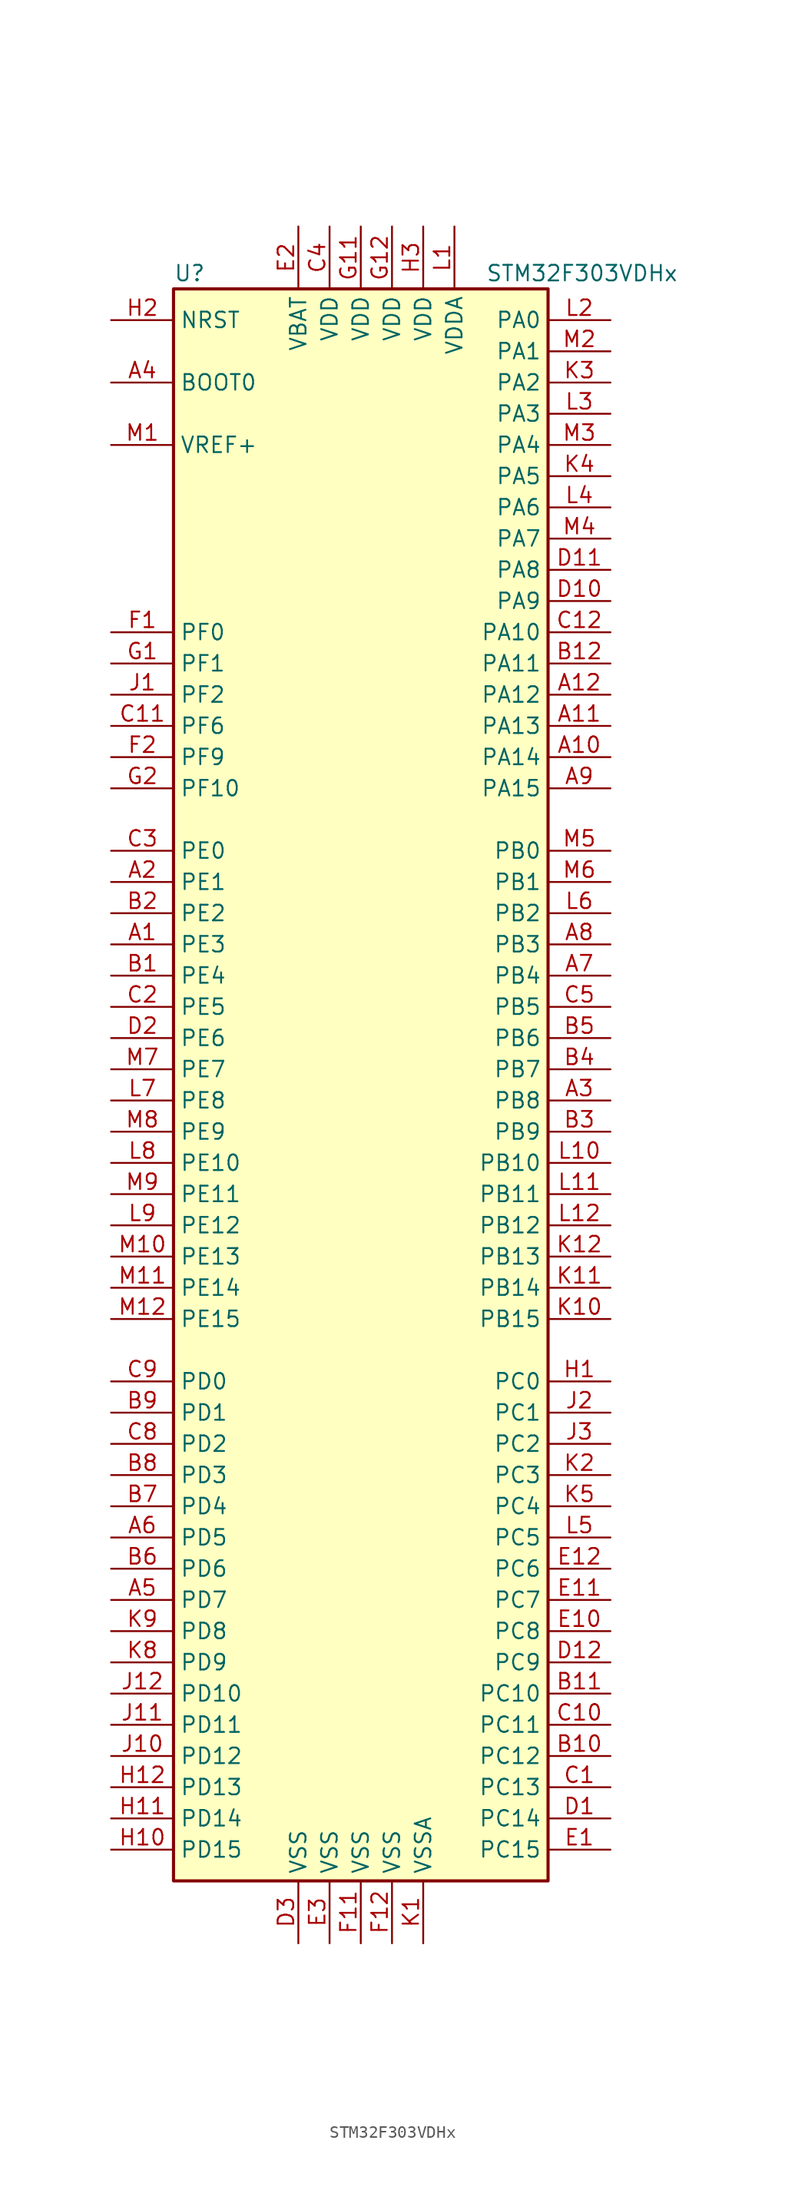
<source format=kicad_sym>
(kicad_symbol_lib
  (version 20211014)
  (generator kicad_symbol_editor)
  (symbol "STM32F303VDHx"
    (property "Reference" "U"
      (at -15.24 64.77 0)
      (effects (font (size 1.27 1.27)) (justify left)))
    (property "Value" "STM32F303VDHx"
      (at 10.16 64.77 0)
      (effects (font (size 1.27 1.27)) (justify left)))
    (symbol "STM32F303VDHx_0_1"
      (rectangle (start -15.24 -66.04) (end 15.24 63.5) (stroke (width 0.254) (type default) (color 0 0 0 0)) (fill (type background))))
    (symbol "STM32F303VDHx_1_1"
      (pin bidirectional line (at -20.32 10.16 0) (length 5.08) (name "PE3" (effects (font (size 1.27 1.27)))) (number "A1" (effects (font (size 1.27 1.27)))))
      (pin bidirectional line (at 20.32 25.4 180) (length 5.08) (name "PA14" (effects (font (size 1.27 1.27)))) (number "A10" (effects (font (size 1.27 1.27)))))
      (pin bidirectional line (at 20.32 27.94 180) (length 5.08) (name "PA13" (effects (font (size 1.27 1.27)))) (number "A11" (effects (font (size 1.27 1.27)))))
      (pin bidirectional line (at 20.32 30.48 180) (length 5.08) (name "PA12" (effects (font (size 1.27 1.27)))) (number "A12" (effects (font (size 1.27 1.27)))))
      (pin bidirectional line (at -20.32 15.24 0) (length 5.08) (name "PE1" (effects (font (size 1.27 1.27)))) (number "A2" (effects (font (size 1.27 1.27)))))
      (pin bidirectional line (at 20.32 -2.54 180) (length 5.08) (name "PB8" (effects (font (size 1.27 1.27)))) (number "A3" (effects (font (size 1.27 1.27)))))
      (pin input line (at -20.32 55.88 0) (length 5.08) (name "BOOT0" (effects (font (size 1.27 1.27)))) (number "A4" (effects (font (size 1.27 1.27)))))
      (pin bidirectional line (at -20.32 -43.18 0) (length 5.08) (name "PD7" (effects (font (size 1.27 1.27)))) (number "A5" (effects (font (size 1.27 1.27)))))
      (pin bidirectional line (at -20.32 -38.1 0) (length 5.08) (name "PD5" (effects (font (size 1.27 1.27)))) (number "A6" (effects (font (size 1.27 1.27)))))
      (pin bidirectional line (at 20.32 7.62 180) (length 5.08) (name "PB4" (effects (font (size 1.27 1.27)))) (number "A7" (effects (font (size 1.27 1.27)))))
      (pin bidirectional line (at 20.32 10.16 180) (length 5.08) (name "PB3" (effects (font (size 1.27 1.27)))) (number "A8" (effects (font (size 1.27 1.27)))))
      (pin bidirectional line (at 20.32 22.86 180) (length 5.08) (name "PA15" (effects (font (size 1.27 1.27)))) (number "A9" (effects (font (size 1.27 1.27)))))
      (pin bidirectional line (at -20.32 7.62 0) (length 5.08) (name "PE4" (effects (font (size 1.27 1.27)))) (number "B1" (effects (font (size 1.27 1.27)))))
      (pin bidirectional line (at 20.32 -55.88 180) (length 5.08) (name "PC12" (effects (font (size 1.27 1.27)))) (number "B10" (effects (font (size 1.27 1.27)))))
      (pin bidirectional line (at 20.32 -50.8 180) (length 5.08) (name "PC10" (effects (font (size 1.27 1.27)))) (number "B11" (effects (font (size 1.27 1.27)))))
      (pin bidirectional line (at 20.32 33.02 180) (length 5.08) (name "PA11" (effects (font (size 1.27 1.27)))) (number "B12" (effects (font (size 1.27 1.27)))))
      (pin bidirectional line (at -20.32 12.7 0) (length 5.08) (name "PE2" (effects (font (size 1.27 1.27)))) (number "B2" (effects (font (size 1.27 1.27)))))
      (pin bidirectional line (at 20.32 -5.08 180) (length 5.08) (name "PB9" (effects (font (size 1.27 1.27)))) (number "B3" (effects (font (size 1.27 1.27)))))
      (pin bidirectional line (at 20.32 0 180) (length 5.08) (name "PB7" (effects (font (size 1.27 1.27)))) (number "B4" (effects (font (size 1.27 1.27)))))
      (pin bidirectional line (at 20.32 2.54 180) (length 5.08) (name "PB6" (effects (font (size 1.27 1.27)))) (number "B5" (effects (font (size 1.27 1.27)))))
      (pin bidirectional line (at -20.32 -40.64 0) (length 5.08) (name "PD6" (effects (font (size 1.27 1.27)))) (number "B6" (effects (font (size 1.27 1.27)))))
      (pin bidirectional line (at -20.32 -35.56 0) (length 5.08) (name "PD4" (effects (font (size 1.27 1.27)))) (number "B7" (effects (font (size 1.27 1.27)))))
      (pin bidirectional line (at -20.32 -33.02 0) (length 5.08) (name "PD3" (effects (font (size 1.27 1.27)))) (number "B8" (effects (font (size 1.27 1.27)))))
      (pin bidirectional line (at -20.32 -27.94 0) (length 5.08) (name "PD1" (effects (font (size 1.27 1.27)))) (number "B9" (effects (font (size 1.27 1.27)))))
      (pin bidirectional line (at 20.32 -58.42 180) (length 5.08) (name "PC13" (effects (font (size 1.27 1.27)))) (number "C1" (effects (font (size 1.27 1.27)))))
      (pin bidirectional line (at 20.32 -53.34 180) (length 5.08) (name "PC11" (effects (font (size 1.27 1.27)))) (number "C10" (effects (font (size 1.27 1.27)))))
      (pin bidirectional line (at -20.32 27.94 0) (length 5.08) (name "PF6" (effects (font (size 1.27 1.27)))) (number "C11" (effects (font (size 1.27 1.27)))))
      (pin bidirectional line (at 20.32 35.56 180) (length 5.08) (name "PA10" (effects (font (size 1.27 1.27)))) (number "C12" (effects (font (size 1.27 1.27)))))
      (pin bidirectional line (at -20.32 5.08 0) (length 5.08) (name "PE5" (effects (font (size 1.27 1.27)))) (number "C2" (effects (font (size 1.27 1.27)))))
      (pin bidirectional line (at -20.32 17.78 0) (length 5.08) (name "PE0" (effects (font (size 1.27 1.27)))) (number "C3" (effects (font (size 1.27 1.27)))))
      (pin power_in line (at -2.54 68.58 270) (length 5.08) (name "VDD" (effects (font (size 1.27 1.27)))) (number "C4" (effects (font (size 1.27 1.27)))))
      (pin bidirectional line (at 20.32 5.08 180) (length 5.08) (name "PB5" (effects (font (size 1.27 1.27)))) (number "C5" (effects (font (size 1.27 1.27)))))
      (pin bidirectional line (at -20.32 -30.48 0) (length 5.08) (name "PD2" (effects (font (size 1.27 1.27)))) (number "C8" (effects (font (size 1.27 1.27)))))
      (pin bidirectional line (at -20.32 -25.4 0) (length 5.08) (name "PD0" (effects (font (size 1.27 1.27)))) (number "C9" (effects (font (size 1.27 1.27)))))
      (pin bidirectional line (at 20.32 -60.96 180) (length 5.08) (name "PC14" (effects (font (size 1.27 1.27)))) (number "D1" (effects (font (size 1.27 1.27)))))
      (pin bidirectional line (at 20.32 38.1 180) (length 5.08) (name "PA9" (effects (font (size 1.27 1.27)))) (number "D10" (effects (font (size 1.27 1.27)))))
      (pin bidirectional line (at 20.32 40.64 180) (length 5.08) (name "PA8" (effects (font (size 1.27 1.27)))) (number "D11" (effects (font (size 1.27 1.27)))))
      (pin bidirectional line (at 20.32 -48.26 180) (length 5.08) (name "PC9" (effects (font (size 1.27 1.27)))) (number "D12" (effects (font (size 1.27 1.27)))))
      (pin bidirectional line (at -20.32 2.54 0) (length 5.08) (name "PE6" (effects (font (size 1.27 1.27)))) (number "D2" (effects (font (size 1.27 1.27)))))
      (pin power_in line (at -5.08 -71.12 90) (length 5.08) (name "VSS" (effects (font (size 1.27 1.27)))) (number "D3" (effects (font (size 1.27 1.27)))))
      (pin bidirectional line (at 20.32 -63.5 180) (length 5.08) (name "PC15" (effects (font (size 1.27 1.27)))) (number "E1" (effects (font (size 1.27 1.27)))))
      (pin bidirectional line (at 20.32 -45.72 180) (length 5.08) (name "PC8" (effects (font (size 1.27 1.27)))) (number "E10" (effects (font (size 1.27 1.27)))))
      (pin bidirectional line (at 20.32 -43.18 180) (length 5.08) (name "PC7" (effects (font (size 1.27 1.27)))) (number "E11" (effects (font (size 1.27 1.27)))))
      (pin bidirectional line (at 20.32 -40.64 180) (length 5.08) (name "PC6" (effects (font (size 1.27 1.27)))) (number "E12" (effects (font (size 1.27 1.27)))))
      (pin power_in line (at -5.08 68.58 270) (length 5.08) (name "VBAT" (effects (font (size 1.27 1.27)))) (number "E2" (effects (font (size 1.27 1.27)))))
      (pin power_in line (at -2.54 -71.12 90) (length 5.08) (name "VSS" (effects (font (size 1.27 1.27)))) (number "E3" (effects (font (size 1.27 1.27)))))
      (pin input line (at -20.32 35.56 0) (length 5.08) (name "PF0" (effects (font (size 1.27 1.27)))) (number "F1" (effects (font (size 1.27 1.27)))))
      (pin power_in line (at 0 -71.12 90) (length 5.08) (name "VSS" (effects (font (size 1.27 1.27)))) (number "F11" (effects (font (size 1.27 1.27)))))
      (pin power_in line (at 2.54 -71.12 90) (length 5.08) (name "VSS" (effects (font (size 1.27 1.27)))) (number "F12" (effects (font (size 1.27 1.27)))))
      (pin bidirectional line (at -20.32 25.4 0) (length 5.08) (name "PF9" (effects (font (size 1.27 1.27)))) (number "F2" (effects (font (size 1.27 1.27)))))
      (pin input line (at -20.32 33.02 0) (length 5.08) (name "PF1" (effects (font (size 1.27 1.27)))) (number "G1" (effects (font (size 1.27 1.27)))))
      (pin power_in line (at 0 68.58 270) (length 5.08) (name "VDD" (effects (font (size 1.27 1.27)))) (number "G11" (effects (font (size 1.27 1.27)))))
      (pin power_in line (at 2.54 68.58 270) (length 5.08) (name "VDD" (effects (font (size 1.27 1.27)))) (number "G12" (effects (font (size 1.27 1.27)))))
      (pin bidirectional line (at -20.32 22.86 0) (length 5.08) (name "PF10" (effects (font (size 1.27 1.27)))) (number "G2" (effects (font (size 1.27 1.27)))))
      (pin bidirectional line (at 20.32 -25.4 180) (length 5.08) (name "PC0" (effects (font (size 1.27 1.27)))) (number "H1" (effects (font (size 1.27 1.27)))))
      (pin bidirectional line (at -20.32 -63.5 0) (length 5.08) (name "PD15" (effects (font (size 1.27 1.27)))) (number "H10" (effects (font (size 1.27 1.27)))))
      (pin bidirectional line (at -20.32 -60.96 0) (length 5.08) (name "PD14" (effects (font (size 1.27 1.27)))) (number "H11" (effects (font (size 1.27 1.27)))))
      (pin bidirectional line (at -20.32 -58.42 0) (length 5.08) (name "PD13" (effects (font (size 1.27 1.27)))) (number "H12" (effects (font (size 1.27 1.27)))))
      (pin input line (at -20.32 60.96 0) (length 5.08) (name "NRST" (effects (font (size 1.27 1.27)))) (number "H2" (effects (font (size 1.27 1.27)))))
      (pin power_in line (at 5.08 68.58 270) (length 5.08) (name "VDD" (effects (font (size 1.27 1.27)))) (number "H3" (effects (font (size 1.27 1.27)))))
      (pin bidirectional line (at -20.32 30.48 0) (length 5.08) (name "PF2" (effects (font (size 1.27 1.27)))) (number "J1" (effects (font (size 1.27 1.27)))))
      (pin bidirectional line (at -20.32 -55.88 0) (length 5.08) (name "PD12" (effects (font (size 1.27 1.27)))) (number "J10" (effects (font (size 1.27 1.27)))))
      (pin bidirectional line (at -20.32 -53.34 0) (length 5.08) (name "PD11" (effects (font (size 1.27 1.27)))) (number "J11" (effects (font (size 1.27 1.27)))))
      (pin bidirectional line (at -20.32 -50.8 0) (length 5.08) (name "PD10" (effects (font (size 1.27 1.27)))) (number "J12" (effects (font (size 1.27 1.27)))))
      (pin bidirectional line (at 20.32 -27.94 180) (length 5.08) (name "PC1" (effects (font (size 1.27 1.27)))) (number "J2" (effects (font (size 1.27 1.27)))))
      (pin bidirectional line (at 20.32 -30.48 180) (length 5.08) (name "PC2" (effects (font (size 1.27 1.27)))) (number "J3" (effects (font (size 1.27 1.27)))))
      (pin power_in line (at 5.08 -71.12 90) (length 5.08) (name "VSSA" (effects (font (size 1.27 1.27)))) (number "K1" (effects (font (size 1.27 1.27)))))
      (pin bidirectional line (at 20.32 -20.32 180) (length 5.08) (name "PB15" (effects (font (size 1.27 1.27)))) (number "K10" (effects (font (size 1.27 1.27)))))
      (pin bidirectional line (at 20.32 -17.78 180) (length 5.08) (name "PB14" (effects (font (size 1.27 1.27)))) (number "K11" (effects (font (size 1.27 1.27)))))
      (pin bidirectional line (at 20.32 -15.24 180) (length 5.08) (name "PB13" (effects (font (size 1.27 1.27)))) (number "K12" (effects (font (size 1.27 1.27)))))
      (pin bidirectional line (at 20.32 -33.02 180) (length 5.08) (name "PC3" (effects (font (size 1.27 1.27)))) (number "K2" (effects (font (size 1.27 1.27)))))
      (pin bidirectional line (at 20.32 55.88 180) (length 5.08) (name "PA2" (effects (font (size 1.27 1.27)))) (number "K3" (effects (font (size 1.27 1.27)))))
      (pin bidirectional line (at 20.32 48.26 180) (length 5.08) (name "PA5" (effects (font (size 1.27 1.27)))) (number "K4" (effects (font (size 1.27 1.27)))))
      (pin bidirectional line (at 20.32 -35.56 180) (length 5.08) (name "PC4" (effects (font (size 1.27 1.27)))) (number "K5" (effects (font (size 1.27 1.27)))))
      (pin bidirectional line (at -20.32 -48.26 0) (length 5.08) (name "PD9" (effects (font (size 1.27 1.27)))) (number "K8" (effects (font (size 1.27 1.27)))))
      (pin bidirectional line (at -20.32 -45.72 0) (length 5.08) (name "PD8" (effects (font (size 1.27 1.27)))) (number "K9" (effects (font (size 1.27 1.27)))))
      (pin power_in line (at 7.62 68.58 270) (length 5.08) (name "VDDA" (effects (font (size 1.27 1.27)))) (number "L1" (effects (font (size 1.27 1.27)))))
      (pin bidirectional line (at 20.32 -7.62 180) (length 5.08) (name "PB10" (effects (font (size 1.27 1.27)))) (number "L10" (effects (font (size 1.27 1.27)))))
      (pin bidirectional line (at 20.32 -10.16 180) (length 5.08) (name "PB11" (effects (font (size 1.27 1.27)))) (number "L11" (effects (font (size 1.27 1.27)))))
      (pin bidirectional line (at 20.32 -12.7 180) (length 5.08) (name "PB12" (effects (font (size 1.27 1.27)))) (number "L12" (effects (font (size 1.27 1.27)))))
      (pin bidirectional line (at 20.32 60.96 180) (length 5.08) (name "PA0" (effects (font (size 1.27 1.27)))) (number "L2" (effects (font (size 1.27 1.27)))))
      (pin bidirectional line (at 20.32 53.34 180) (length 5.08) (name "PA3" (effects (font (size 1.27 1.27)))) (number "L3" (effects (font (size 1.27 1.27)))))
      (pin bidirectional line (at 20.32 45.72 180) (length 5.08) (name "PA6" (effects (font (size 1.27 1.27)))) (number "L4" (effects (font (size 1.27 1.27)))))
      (pin bidirectional line (at 20.32 -38.1 180) (length 5.08) (name "PC5" (effects (font (size 1.27 1.27)))) (number "L5" (effects (font (size 1.27 1.27)))))
      (pin bidirectional line (at 20.32 12.7 180) (length 5.08) (name "PB2" (effects (font (size 1.27 1.27)))) (number "L6" (effects (font (size 1.27 1.27)))))
      (pin bidirectional line (at -20.32 -2.54 0) (length 5.08) (name "PE8" (effects (font (size 1.27 1.27)))) (number "L7" (effects (font (size 1.27 1.27)))))
      (pin bidirectional line (at -20.32 -7.62 0) (length 5.08) (name "PE10" (effects (font (size 1.27 1.27)))) (number "L8" (effects (font (size 1.27 1.27)))))
      (pin bidirectional line (at -20.32 -12.7 0) (length 5.08) (name "PE12" (effects (font (size 1.27 1.27)))) (number "L9" (effects (font (size 1.27 1.27)))))
      (pin power_in line (at -20.32 50.8 0) (length 5.08) (name "VREF+" (effects (font (size 1.27 1.27)))) (number "M1" (effects (font (size 1.27 1.27)))))
      (pin bidirectional line (at -20.32 -15.24 0) (length 5.08) (name "PE13" (effects (font (size 1.27 1.27)))) (number "M10" (effects (font (size 1.27 1.27)))))
      (pin bidirectional line (at -20.32 -17.78 0) (length 5.08) (name "PE14" (effects (font (size 1.27 1.27)))) (number "M11" (effects (font (size 1.27 1.27)))))
      (pin bidirectional line (at -20.32 -20.32 0) (length 5.08) (name "PE15" (effects (font (size 1.27 1.27)))) (number "M12" (effects (font (size 1.27 1.27)))))
      (pin bidirectional line (at 20.32 58.42 180) (length 5.08) (name "PA1" (effects (font (size 1.27 1.27)))) (number "M2" (effects (font (size 1.27 1.27)))))
      (pin bidirectional line (at 20.32 50.8 180) (length 5.08) (name "PA4" (effects (font (size 1.27 1.27)))) (number "M3" (effects (font (size 1.27 1.27)))))
      (pin bidirectional line (at 20.32 43.18 180) (length 5.08) (name "PA7" (effects (font (size 1.27 1.27)))) (number "M4" (effects (font (size 1.27 1.27)))))
      (pin bidirectional line (at 20.32 17.78 180) (length 5.08) (name "PB0" (effects (font (size 1.27 1.27)))) (number "M5" (effects (font (size 1.27 1.27)))))
      (pin bidirectional line (at 20.32 15.24 180) (length 5.08) (name "PB1" (effects (font (size 1.27 1.27)))) (number "M6" (effects (font (size 1.27 1.27)))))
      (pin bidirectional line (at -20.32 0 0) (length 5.08) (name "PE7" (effects (font (size 1.27 1.27)))) (number "M7" (effects (font (size 1.27 1.27)))))
      (pin bidirectional line (at -20.32 -5.08 0) (length 5.08) (name "PE9" (effects (font (size 1.27 1.27)))) (number "M8" (effects (font (size 1.27 1.27)))))
      (pin bidirectional line (at -20.32 -10.16 0) (length 5.08) (name "PE11" (effects (font (size 1.27 1.27)))) (number "M9" (effects (font (size 1.27 1.27))))))))
</source>
